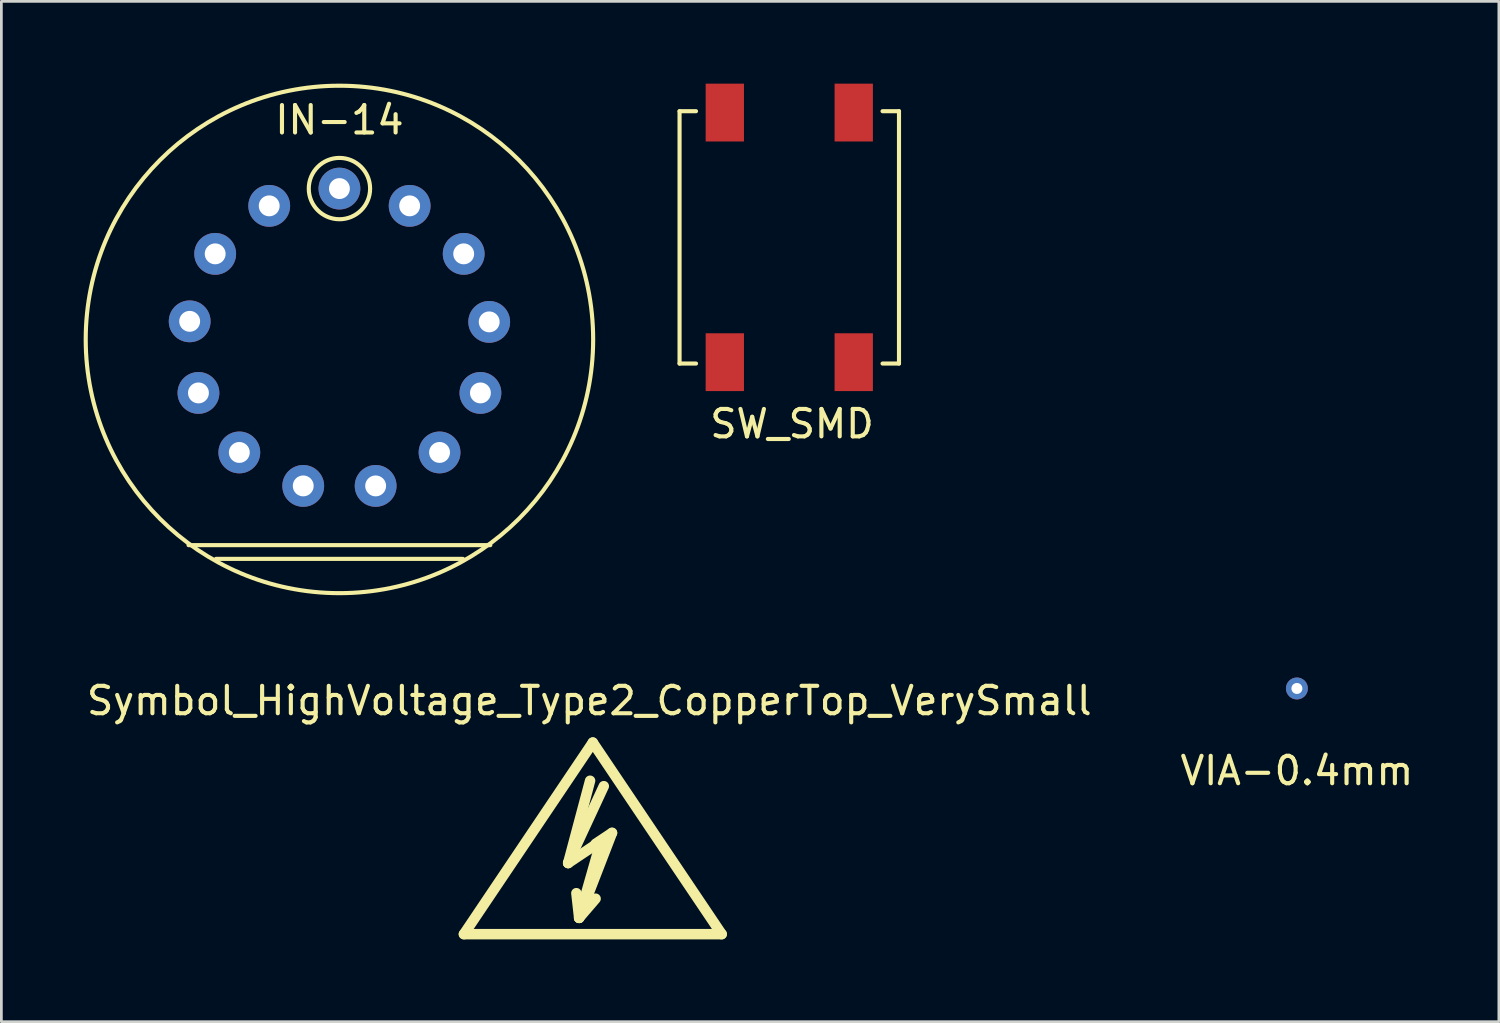
<source format=kicad_pcb>
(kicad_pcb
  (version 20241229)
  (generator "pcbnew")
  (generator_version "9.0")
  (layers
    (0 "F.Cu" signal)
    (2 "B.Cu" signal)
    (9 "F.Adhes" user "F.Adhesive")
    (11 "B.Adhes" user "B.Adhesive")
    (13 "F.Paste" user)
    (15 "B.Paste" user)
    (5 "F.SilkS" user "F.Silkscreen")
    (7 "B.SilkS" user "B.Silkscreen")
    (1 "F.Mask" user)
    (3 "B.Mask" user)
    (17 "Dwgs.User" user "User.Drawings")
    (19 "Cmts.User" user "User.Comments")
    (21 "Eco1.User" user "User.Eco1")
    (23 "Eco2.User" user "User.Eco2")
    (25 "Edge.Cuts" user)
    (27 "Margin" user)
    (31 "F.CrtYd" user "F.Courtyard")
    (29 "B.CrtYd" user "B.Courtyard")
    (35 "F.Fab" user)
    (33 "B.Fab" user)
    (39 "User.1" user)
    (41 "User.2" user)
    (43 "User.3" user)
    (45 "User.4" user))
  (footprint "VIA-0.4mm"
    (layer "F.Cu")
    (at 44.232 22.05)
    (property "Reference" "VIA-0.4mm" (at 0 3 0) (layer "F.SilkS") (effects (font (size 1 1) (thickness 0.15))))
    (attr through_hole)
    (pad "1" thru_hole circle (at 0 0) (size 0.8 0.8) (drill 0.4) (layers "*.Cu")))
  (footprint "SW_SMD"
    (layer "F.Cu")
    (at 25.725 5.604)
    (property "Reference" "SW_SMD" (at 0.1 6.8 0) (layer "F.SilkS") (effects (font (size 1 1) (thickness 0.15))))
    (attr through_hole)
    (fp_line (start -4 -4.6) (end -4 4.6) (stroke (width 0.15) (type solid)) (layer "F.SilkS"))
    (fp_line (start -4 4.6) (end -3.4 4.6) (stroke (width 0.15) (type solid)) (layer "F.SilkS"))
    (fp_line (start -3.4 -4.6) (end -4 -4.6) (stroke (width 0.15) (type solid)) (layer "F.SilkS"))
    (fp_line (start 3.4 4.6) (end 4 4.6) (stroke (width 0.15) (type solid)) (layer "F.SilkS"))
    (fp_line (start 4 -4.6) (end 3.4 -4.6) (stroke (width 0.15) (type solid)) (layer "F.SilkS"))
    (fp_line (start 4 4.6) (end 4 -4.6) (stroke (width 0.15) (type solid)) (layer "F.SilkS"))
    (pad "1" smd rect (at -2.35 -4.55) (size 1.397 2.108) (layers "F.Cu" "F.Mask" "F.Paste"))
    (pad "1" smd rect (at -2.35 4.55) (size 1.397 2.108) (layers "F.Cu" "F.Mask" "F.Paste"))
    (pad "2" smd rect (at 2.35 -4.55) (size 1.397 2.108) (layers "F.Cu" "F.Mask" "F.Paste"))
    (pad "2" smd rect (at 2.35 4.55) (size 1.397 2.108) (layers "F.Cu" "F.Mask" "F.Paste")))
  (footprint "Symbol_HighVoltage_Type2_CopperTop_VerySmall"
    (layer "F.Cu")
    (at 18.562 28.213)
    (property "Reference" "Symbol_HighVoltage_Type2_CopperTop_VerySmall" (at -0.127 -5.715 0) (layer "F.SilkS") (effects (font (size 1 1) (thickness 0.15))))
    (attr through_hole)
    (fp_line (start -4.699 2.794) (end 0 -4.191) (stroke (width 0.381) (type solid)) (layer "F.SilkS"))
    (fp_line (start -0.899 0.201) (end 0.3 -0.599) (stroke (width 0.381) (type solid)) (layer "F.SilkS"))
    (fp_line (start -0.899 0.201) (end 0.401 -2.601) (stroke (width 0.381) (type solid)) (layer "F.SilkS"))
    (fp_line (start -0.498 2.2) (end -0.599 1.3) (stroke (width 0.381) (type solid)) (layer "F.SilkS"))
    (fp_line (start -0.498 2.2) (end 0.102 1.501) (stroke (width 0.381) (type solid)) (layer "F.SilkS"))
    (fp_line (start -0.498 2.2) (end 0.701 -0.899) (stroke (width 0.381) (type solid)) (layer "F.SilkS"))
    (fp_line (start -0.099 -2.799) (end -0.899 0.201) (stroke (width 0.381) (type solid)) (layer "F.SilkS"))
    (fp_line (start 0 -4.191) (end 4.699 2.794) (stroke (width 0.381) (type solid)) (layer "F.SilkS"))
    (fp_line (start 0.3 -0.599) (end -0.498 2.2) (stroke (width 0.381) (type solid)) (layer "F.SilkS"))
    (fp_line (start 0.701 -0.899) (end 0.102 -0.5) (stroke (width 0.381) (type solid)) (layer "F.SilkS"))
    (fp_line (start 4.699 2.794) (end -4.699 2.794) (stroke (width 0.381) (type solid)) (layer "F.SilkS")))
  (footprint "IN-14"
    (layer "F.Cu")
    (at 9.325 9.325)
    (property "Reference" "IN-14" (at 0 -8 0) (layer "F.SilkS") (effects (font (size 1 1) (thickness 0.15))))
    (attr through_hole)
    (fp_line (start -5.5 7.5) (end 5.5 7.5) (stroke (width 0.15) (type solid)) (layer "F.SilkS"))
    (fp_line (start -4.5 8) (end 4.5 8) (stroke (width 0.15) (type solid)) (layer "F.SilkS"))
    (fp_circle (center 0 -5.5) (end 1 -6) (stroke (width 0.15) (type solid)) (fill no) (layer "F.SilkS"))
    (fp_circle (center 0 0) (end 9.25 0) (stroke (width 0.15) (type solid)) (fill no) (layer "F.SilkS"))
    (pad "1" thru_hole circle (at 0 -5.5) (size 1.524 1.524) (drill 0.762) (layers "*.Cu" "*.Mask"))
    (pad "2" thru_hole circle (at -2.56 -4.87) (size 1.524 1.524) (drill 0.762) (layers "*.Cu" "*.Mask"))
    (pad "3" thru_hole circle (at -4.53 -3.12) (size 1.524 1.524) (drill 0.762) (layers "*.Cu" "*.Mask"))
    (pad "4" thru_hole circle (at -5.46 -0.66) (size 1.524 1.524) (drill 0.762) (layers "*.Cu" "*.Mask"))
    (pad "5" thru_hole circle (at -5.14 1.95) (size 1.524 1.524) (drill 0.762) (layers "*.Cu" "*.Mask"))
    (pad "6" thru_hole circle (at -3.65 4.12) (size 1.524 1.524) (drill 0.762) (layers "*.Cu" "*.Mask"))
    (pad "7" thru_hole circle (at -1.32 5.34) (size 1.524 1.524) (drill 0.762) (layers "*.Cu" "*.Mask"))
    (pad "8" thru_hole circle (at 1.32 5.34) (size 1.524 1.524) (drill 0.762) (layers "*.Cu" "*.Mask"))
    (pad "9" thru_hole circle (at 3.65 4.12) (size 1.524 1.524) (drill 0.762) (layers "*.Cu" "*.Mask"))
    (pad "10" thru_hole circle (at 5.14 1.95) (size 1.524 1.524) (drill 0.762) (layers "*.Cu" "*.Mask"))
    (pad "11" thru_hole circle (at 5.46 -0.64) (size 1.524 1.524) (drill 0.762) (layers "*.Cu" "*.Mask"))
    (pad "12" thru_hole circle (at 4.53 -3.12) (size 1.524 1.524) (drill 0.762) (layers "*.Cu" "*.Mask"))
    (pad "13" thru_hole circle (at 2.56 -4.87) (size 1.524 1.524) (drill 0.762) (layers "*.Cu" "*.Mask")))
  (gr_rect
    (start -3 -3)
    (end 51.595 34.198)
    (stroke (width 0.1) (type default))
    (fill no)
    (layer "Edge.Cuts")))
</source>
